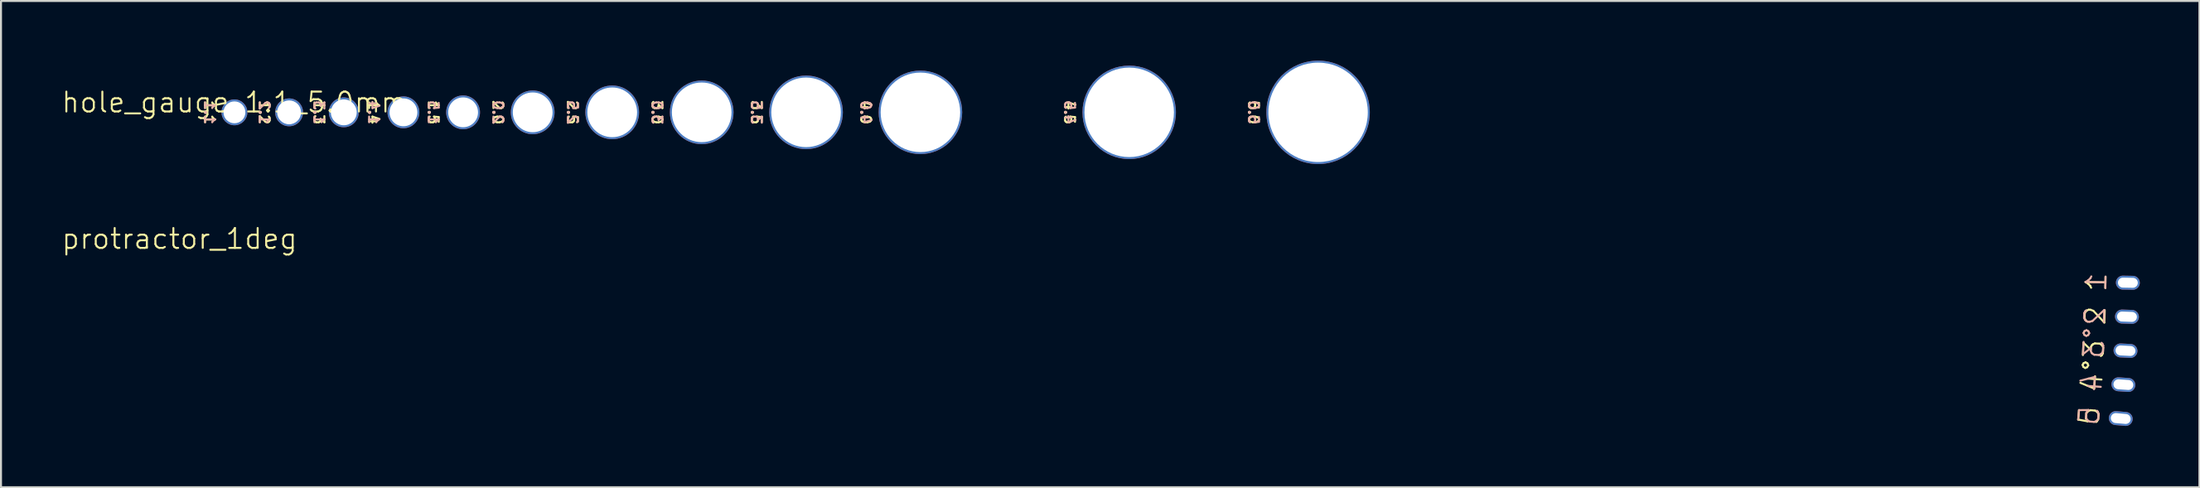
<source format=kicad_pcb>
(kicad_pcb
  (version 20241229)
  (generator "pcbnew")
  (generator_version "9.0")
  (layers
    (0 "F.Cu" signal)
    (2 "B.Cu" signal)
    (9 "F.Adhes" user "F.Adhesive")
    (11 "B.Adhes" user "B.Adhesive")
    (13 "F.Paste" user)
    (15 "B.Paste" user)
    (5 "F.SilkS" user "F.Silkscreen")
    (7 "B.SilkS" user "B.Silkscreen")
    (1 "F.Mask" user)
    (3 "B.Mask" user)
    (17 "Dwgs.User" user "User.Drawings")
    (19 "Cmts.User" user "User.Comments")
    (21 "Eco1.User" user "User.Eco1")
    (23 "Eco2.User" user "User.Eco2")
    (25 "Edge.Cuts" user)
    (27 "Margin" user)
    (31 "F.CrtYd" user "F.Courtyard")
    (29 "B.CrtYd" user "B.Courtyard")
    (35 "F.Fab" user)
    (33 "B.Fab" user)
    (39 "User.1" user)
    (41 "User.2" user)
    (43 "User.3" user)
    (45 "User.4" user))
  (footprint "hole_gauge_1.1_5.0mm"
    (layer "F.Cu")
    (at 8.74 2.6)
    (property "Reference" "hole_gauge_1.1_5.0mm" (at 0 -0.5 0) (unlocked yes) (layer "F.SilkS") (effects (font (size 1 1) (thickness 0.1))))
    (attr through_hole)
    (fp_text user "1.3" (at 4.25 0 270) (unlocked yes) (layer "F.SilkS") (effects (font (size 0.5 0.5) (thickness 0.1))))
    (fp_text user "3.0" (at 21.25 0 270) (unlocked yes) (layer "F.SilkS") (effects (font (size 0.5 0.5) (thickness 0.1))))
    (fp_text user "3.5" (at 26.25 0 270) (unlocked yes) (layer "F.SilkS") (effects (font (size 0.5 0.5) (thickness 0.1))))
    (fp_text user "1.1" (at -1.25 0 270) (unlocked yes) (layer "F.SilkS") (effects (font (size 0.5 0.5) (thickness 0.1))))
    (fp_text user "2.5" (at 17 0 270) (unlocked yes) (layer "F.SilkS") (effects (font (size 0.5 0.5) (thickness 0.1))))
    (fp_text user "4.0" (at 31.75 0 270) (unlocked yes) (layer "F.SilkS") (effects (font (size 0.5 0.5) (thickness 0.1))))
    (fp_text user "2.0" (at 13.25 0 270) (unlocked yes) (layer "F.SilkS") (effects (font (size 0.5 0.5) (thickness 0.1))))
    (fp_text user "1.4" (at 7 0 270) (unlocked yes) (layer "F.SilkS") (effects (font (size 0.5 0.5) (thickness 0.1))))
    (fp_text user "1.5" (at 10 0 270) (unlocked yes) (layer "F.SilkS") (effects (font (size 0.5 0.5) (thickness 0.1))))
    (fp_text user "4.5" (at 42 0 270) (unlocked yes) (layer "F.SilkS") (effects (font (size 0.5 0.5) (thickness 0.1))))
    (fp_text user "1.2" (at 1.5 0 270) (unlocked yes) (layer "F.SilkS") (effects (font (size 0.5 0.5) (thickness 0.1))))
    (fp_text user "5.0" (at 51.25 0 270) (unlocked yes) (layer "F.SilkS") (effects (font (size 0.5 0.5) (thickness 0.1))))
    (fp_text user "1.4" (at 7 0 270) (unlocked yes) (layer "B.SilkS") (effects (font (size 0.5 0.5) (thickness 0.1)) (justify mirror)))
    (fp_text user "4.5" (at 42 0 270) (unlocked yes) (layer "B.SilkS") (effects (font (size 0.5 0.5) (thickness 0.1)) (justify mirror)))
    (fp_text user "2.0" (at 13.25 0 270) (unlocked yes) (layer "B.SilkS") (effects (font (size 0.5 0.5) (thickness 0.1)) (justify mirror)))
    (fp_text user "1.3" (at 4.25 0 270) (unlocked yes) (layer "B.SilkS") (effects (font (size 0.5 0.5) (thickness 0.1)) (justify mirror)))
    (fp_text user "1.1" (at -1.25 0 270) (unlocked yes) (layer "B.SilkS") (effects (font (size 0.5 0.5) (thickness 0.1)) (justify mirror)))
    (fp_text user "2.5" (at 17 0 270) (unlocked yes) (layer "B.SilkS") (effects (font (size 0.5 0.5) (thickness 0.1)) (justify mirror)))
    (fp_text user "3.5" (at 26.25 0 270) (unlocked yes) (layer "B.SilkS") (effects (font (size 0.5 0.5) (thickness 0.1)) (justify mirror)))
    (fp_text user "5.0" (at 51.25 0 270) (unlocked yes) (layer "B.SilkS") (effects (font (size 0.5 0.5) (thickness 0.1)) (justify mirror)))
    (fp_text user "1.5" (at 10 0 270) (unlocked yes) (layer "B.SilkS") (effects (font (size 0.5 0.5) (thickness 0.1)) (justify mirror)))
    (fp_text user "4.0" (at 31.75 0 270) (unlocked yes) (layer "B.SilkS") (effects (font (size 0.5 0.5) (thickness 0.1)) (justify mirror)))
    (fp_text user "1.2" (at 1.5 0 270) (unlocked yes) (layer "B.SilkS") (effects (font (size 0.5 0.5) (thickness 0.1)) (justify mirror)))
    (fp_text user "3.0" (at 21.25 0 270) (unlocked yes) (layer "B.SilkS") (effects (font (size 0.5 0.5) (thickness 0.1)) (justify mirror)))
    (pad "" thru_hole circle (at 0 0) (size 1.3 1.3) (drill 1.1) (layers "*.Cu" "*.Mask"))
    (pad "" thru_hole circle (at 2.75 0) (size 1.4 1.4) (drill 1.2) (layers "*.Cu" "*.Mask"))
    (pad "" thru_hole circle (at 5.5 0) (size 1.5 1.5) (drill 1.3) (layers "*.Cu" "*.Mask"))
    (pad "" thru_hole circle (at 8.5 0) (size 1.6 1.6) (drill 1.4) (layers "*.Cu" "*.Mask"))
    (pad "" thru_hole circle (at 11.5 0) (size 1.7 1.7) (drill 1.5) (layers "*.Cu" "*.Mask"))
    (pad "" thru_hole circle (at 15 0) (size 2.2 2.2) (drill 2) (layers "*.Cu" "*.Mask"))
    (pad "" thru_hole circle (at 19 0) (size 2.7 2.7) (drill 2.5) (layers "*.Cu" "*.Mask"))
    (pad "" thru_hole circle (at 23.5 0) (size 3.2 3.2) (drill 3) (layers "*.Cu" "*.Mask"))
    (pad "" thru_hole circle (at 28.75 0) (size 3.7 3.7) (drill 3.5) (layers "*.Cu" "*.Mask"))
    (pad "" thru_hole circle (at 34.5 0) (size 4.2 4.2) (drill 4) (layers "*.Cu" "*.Mask"))
    (pad "" thru_hole circle (at 45 0) (size 4.7 4.7) (drill 4.5) (layers "*.Cu" "*.Mask"))
    (pad "" thru_hole circle (at 54.5 0) (size 5.2 5.2) (drill 5) (layers "*.Cu" "*.Mask")))
  (footprint "protractor_1deg"
    (layer "F.Cu")
    (at 5.979 9.46)
    (property "Reference" "protractor_1deg" (at 0 -0.5 0) (unlocked yes) (layer "F.SilkS") (effects (font (size 1 1) (thickness 0.1))))
    (attr through_hole)
    (fp_text user "5" (at 96.631 8.454 85) (unlocked yes) (layer "F.SilkS") (effects (font (size 1 1) (thickness 0.1)) (justify bottom)))
    (fp_text user "4°" (at 96.8 6.4 86) (unlocked yes) (layer "F.SilkS") (effects (font (size 1 1) (thickness 0.1)) (justify bottom)))
    (fp_text user "3" (at 96.867 5.077 87) (unlocked yes) (layer "F.SilkS") (effects (font (size 1 1) (thickness 0.1)) (justify bottom)))
    (fp_text user "2" (at 96.941 3.385 88) (unlocked yes) (layer "F.SilkS") (effects (font (size 1 1) (thickness 0.1)) (justify bottom)))
    (fp_text user "1" (at 96.985 1.693 89) (unlocked yes) (layer "F.SilkS") (effects (font (size 1 1) (thickness 0.1)) (justify bottom)))
    (fp_text user "2°" (at 96.9 3.8 88) (unlocked yes) (layer "B.SilkS") (effects (font (size 1 1) (thickness 0.1)) (justify bottom mirror)))
    (fp_text user "5" (at 96.631 8.454 85) (unlocked yes) (layer "B.SilkS") (effects (font (size 1 1) (thickness 0.1)) (justify bottom mirror)))
    (fp_text user "1" (at 96.985 1.693 89) (unlocked yes) (layer "B.SilkS") (effects (font (size 1 1) (thickness 0.1)) (justify bottom mirror)))
    (fp_text user "4" (at 96.764 6.766 86) (unlocked yes) (layer "B.SilkS") (effects (font (size 1 1) (thickness 0.1)) (justify bottom mirror)))
    (fp_text user "3" (at 96.867 5.077 87) (unlocked yes) (layer "B.SilkS") (effects (font (size 1 1) (thickness 0.1)) (justify bottom mirror)))
    (pad "" thru_hole oval (at 97.627 8.541 85) (size 0.7 1.2) (drill oval 0.5 1) (layers "*.Cu" "*.Mask"))
    (pad "" thru_hole oval (at 97.761 6.836 86) (size 0.7 1.2) (drill oval 0.5 1) (layers "*.Cu" "*.Mask"))
    (pad "" thru_hole oval (at 97.866 5.129 87) (size 0.7 1.2) (drill oval 0.5 1) (layers "*.Cu" "*.Mask"))
    (pad "" thru_hole oval (at 97.94 3.42 88) (size 0.7 1.2) (drill oval 0.5 1) (layers "*.Cu" "*.Mask"))
    (pad "" thru_hole oval (at 97.985 1.71 89) (size 0.7 1.2) (drill oval 0.5 1) (layers "*.Cu" "*.Mask")))
  (gr_rect
    (start -3 -3)
    (end 107.564 21.458)
    (stroke (width 0.1) (type default))
    (fill no)
    (layer "Edge.Cuts")))
</source>
